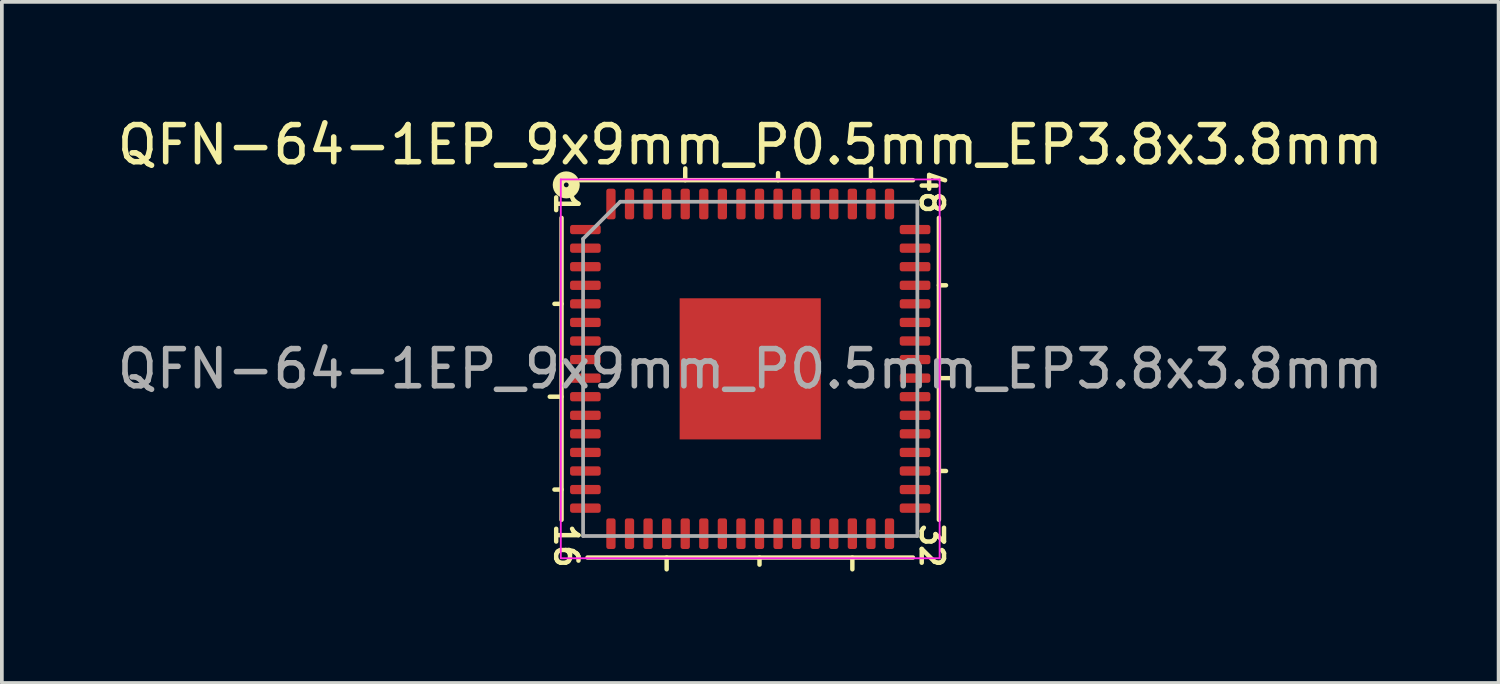
<source format=kicad_pcb>
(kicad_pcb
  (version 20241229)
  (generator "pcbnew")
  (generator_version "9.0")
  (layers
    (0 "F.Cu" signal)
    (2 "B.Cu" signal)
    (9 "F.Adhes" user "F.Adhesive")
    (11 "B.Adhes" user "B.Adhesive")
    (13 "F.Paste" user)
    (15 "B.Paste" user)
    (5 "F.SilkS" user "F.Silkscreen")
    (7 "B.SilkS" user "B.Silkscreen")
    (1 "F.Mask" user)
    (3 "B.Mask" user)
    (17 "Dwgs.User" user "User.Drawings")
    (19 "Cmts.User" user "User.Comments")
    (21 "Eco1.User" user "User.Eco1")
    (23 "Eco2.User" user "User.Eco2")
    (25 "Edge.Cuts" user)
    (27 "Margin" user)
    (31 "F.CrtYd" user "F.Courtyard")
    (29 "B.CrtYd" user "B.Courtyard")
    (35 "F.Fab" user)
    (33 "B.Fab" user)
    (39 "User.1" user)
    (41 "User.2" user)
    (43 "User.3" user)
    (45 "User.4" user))
  (footprint "QFN-64-1EP_9x9mm_P0.5mm_EP3.8x3.8mm"
    (layer "F.Cu")
    (at 17.149 6.881)
    (property "Reference" "QFN-64-1EP_9x9mm_P0.5mm_EP3.8x3.8mm" (at 0 -6.032 0) (layer "F.SilkS") (effects (font (size 1 1) (thickness 0.15))))
    (attr smd)
    (fp_line (start -5.08 -4.064) (end -5.08 4.064) (stroke (width 0.12) (type solid)) (layer "F.SilkS"))
    (fp_line (start -5.08 -1.75) (end -5.271 -1.75) (stroke (width 0.12) (type solid)) (layer "F.SilkS"))
    (fp_line (start -5.08 0.75) (end -5.397 0.75) (stroke (width 0.12) (type solid)) (layer "F.SilkS"))
    (fp_line (start -5.08 3.25) (end -5.271 3.25) (stroke (width 0.12) (type solid)) (layer "F.SilkS"))
    (fp_line (start -4.381 5.08) (end 4.381 5.08) (stroke (width 0.12) (type solid)) (layer "F.SilkS"))
    (fp_line (start -2.25 5.08) (end -2.25 5.397) (stroke (width 0.12) (type solid)) (layer "F.SilkS"))
    (fp_line (start -1.75 -5.08) (end -1.75 -5.397) (stroke (width 0.12) (type solid)) (layer "F.SilkS"))
    (fp_line (start 0.25 5.08) (end 0.25 5.271) (stroke (width 0.12) (type solid)) (layer "F.SilkS"))
    (fp_line (start 0.75 -5.08) (end 0.75 -5.271) (stroke (width 0.12) (type solid)) (layer "F.SilkS"))
    (fp_line (start 2.75 5.08) (end 2.75 5.397) (stroke (width 0.12) (type solid)) (layer "F.SilkS"))
    (fp_line (start 3.25 -5.08) (end 3.25 -5.397) (stroke (width 0.12) (type solid)) (layer "F.SilkS"))
    (fp_line (start 4.381 -5.08) (end -4.572 -5.08) (stroke (width 0.12) (type solid)) (layer "F.SilkS"))
    (fp_line (start 5.08 -2.25) (end 5.271 -2.25) (stroke (width 0.12) (type solid)) (layer "F.SilkS"))
    (fp_line (start 5.08 0.25) (end 5.397 0.25) (stroke (width 0.12) (type solid)) (layer "F.SilkS"))
    (fp_line (start 5.08 2.75) (end 5.271 2.75) (stroke (width 0.12) (type solid)) (layer "F.SilkS"))
    (fp_line (start 5.08 4.064) (end 5.08 -4.064) (stroke (width 0.12) (type solid)) (layer "F.SilkS"))
    (fp_circle (center -4.953 -4.953) (end -4.889 -4.953) (stroke (width 0.3) (type solid)) (fill no) (layer "F.SilkS"))
    (fp_line (start -5.1 -5.1) (end -5.1 5.1) (stroke (width 0.05) (type solid)) (layer "F.CrtYd"))
    (fp_line (start -5.1 5.1) (end 5.1 5.1) (stroke (width 0.05) (type solid)) (layer "F.CrtYd"))
    (fp_line (start 5.1 -5.1) (end -5.1 -5.1) (stroke (width 0.05) (type solid)) (layer "F.CrtYd"))
    (fp_line (start 5.1 5.1) (end 5.1 -5.1) (stroke (width 0.05) (type solid)) (layer "F.CrtYd"))
    (fp_line (start -4.5 -3.5) (end -3.5 -4.5) (stroke (width 0.1) (type solid)) (layer "F.Fab"))
    (fp_line (start -4.5 4.5) (end -4.5 -3.5) (stroke (width 0.1) (type solid)) (layer "F.Fab"))
    (fp_line (start -3.5 -4.5) (end 4.5 -4.5) (stroke (width 0.1) (type solid)) (layer "F.Fab"))
    (fp_line (start 4.5 -4.5) (end 4.5 4.5) (stroke (width 0.1) (type solid)) (layer "F.Fab"))
    (fp_line (start 4.5 4.5) (end -4.5 4.5) (stroke (width 0.1) (type solid)) (layer "F.Fab"))
    (fp_text user "1" (at -4.953 -4.445 270) (unlocked yes) (layer "F.SilkS") (effects (font (size 0.6 0.6) (thickness 0.12))))
    (fp_text user "32" (at 4.889 4.763 270) (unlocked yes) (layer "F.SilkS") (effects (font (size 0.6 0.6) (thickness 0.12))))
    (fp_text user "48" (at 4.889 -4.763 270) (unlocked yes) (layer "F.SilkS") (effects (font (size 0.6 0.6) (thickness 0.12))))
    (fp_text user "16" (at -4.953 4.763 270) (unlocked yes) (layer "F.SilkS") (effects (font (size 0.6 0.6) (thickness 0.12))))
    (fp_text user "${REFERENCE}" (at 0 0 0) (layer "F.Fab") (effects (font (size 1 1) (thickness 0.15))))
    (pad "" smd roundrect (at -1.27 -1.27) (size 1.02 1.02) (layers "F.Paste") (roundrect_rratio 0.245))
    (pad "" smd roundrect (at -1.27 0) (size 1.02 1.02) (layers "F.Paste") (roundrect_rratio 0.245))
    (pad "" smd roundrect (at -1.27 1.27) (size 1.02 1.02) (layers "F.Paste") (roundrect_rratio 0.245))
    (pad "" smd roundrect (at 0 -1.27) (size 1.02 1.02) (layers "F.Paste") (roundrect_rratio 0.245))
    (pad "" smd roundrect (at 0 0) (size 1.02 1.02) (layers "F.Paste") (roundrect_rratio 0.245))
    (pad "" smd roundrect (at 0 1.27) (size 1.02 1.02) (layers "F.Paste") (roundrect_rratio 0.245))
    (pad "" smd roundrect (at 1.27 -1.27) (size 1.02 1.02) (layers "F.Paste") (roundrect_rratio 0.245))
    (pad "" smd roundrect (at 1.27 0) (size 1.02 1.02) (layers "F.Paste") (roundrect_rratio 0.245))
    (pad "" smd roundrect (at 1.27 1.27) (size 1.02 1.02) (layers "F.Paste") (roundrect_rratio 0.245))
    (pad "1" smd roundrect (at -4.438 -3.75) (size 0.825 0.25) (layers "F.Cu" "F.Mask" "F.Paste") (roundrect_rratio 0.25))
    (pad "2" smd roundrect (at -4.438 -3.25) (size 0.825 0.25) (layers "F.Cu" "F.Mask" "F.Paste") (roundrect_rratio 0.25))
    (pad "3" smd roundrect (at -4.438 -2.75) (size 0.825 0.25) (layers "F.Cu" "F.Mask" "F.Paste") (roundrect_rratio 0.25))
    (pad "4" smd roundrect (at -4.438 -2.25) (size 0.825 0.25) (layers "F.Cu" "F.Mask" "F.Paste") (roundrect_rratio 0.25))
    (pad "5" smd roundrect (at -4.438 -1.75) (size 0.825 0.25) (layers "F.Cu" "F.Mask" "F.Paste") (roundrect_rratio 0.25))
    (pad "6" smd roundrect (at -4.438 -1.25) (size 0.825 0.25) (layers "F.Cu" "F.Mask" "F.Paste") (roundrect_rratio 0.25))
    (pad "7" smd roundrect (at -4.438 -0.75) (size 0.825 0.25) (layers "F.Cu" "F.Mask" "F.Paste") (roundrect_rratio 0.25))
    (pad "8" smd roundrect (at -4.438 -0.25) (size 0.825 0.25) (layers "F.Cu" "F.Mask" "F.Paste") (roundrect_rratio 0.25))
    (pad "9" smd roundrect (at -4.438 0.25) (size 0.825 0.25) (layers "F.Cu" "F.Mask" "F.Paste") (roundrect_rratio 0.25))
    (pad "10" smd roundrect (at -4.438 0.75) (size 0.825 0.25) (layers "F.Cu" "F.Mask" "F.Paste") (roundrect_rratio 0.25))
    (pad "11" smd roundrect (at -4.438 1.25) (size 0.825 0.25) (layers "F.Cu" "F.Mask" "F.Paste") (roundrect_rratio 0.25))
    (pad "12" smd roundrect (at -4.438 1.75) (size 0.825 0.25) (layers "F.Cu" "F.Mask" "F.Paste") (roundrect_rratio 0.25))
    (pad "13" smd roundrect (at -4.438 2.25) (size 0.825 0.25) (layers "F.Cu" "F.Mask" "F.Paste") (roundrect_rratio 0.25))
    (pad "14" smd roundrect (at -4.438 2.75) (size 0.825 0.25) (layers "F.Cu" "F.Mask" "F.Paste") (roundrect_rratio 0.25))
    (pad "15" smd roundrect (at -4.438 3.25) (size 0.825 0.25) (layers "F.Cu" "F.Mask" "F.Paste") (roundrect_rratio 0.25))
    (pad "16" smd roundrect (at -4.438 3.75) (size 0.825 0.25) (layers "F.Cu" "F.Mask" "F.Paste") (roundrect_rratio 0.25))
    (pad "17" smd roundrect (at -3.75 4.438) (size 0.25 0.825) (layers "F.Cu" "F.Mask" "F.Paste") (roundrect_rratio 0.25))
    (pad "18" smd roundrect (at -3.25 4.438) (size 0.25 0.825) (layers "F.Cu" "F.Mask" "F.Paste") (roundrect_rratio 0.25))
    (pad "19" smd roundrect (at -2.75 4.438) (size 0.25 0.825) (layers "F.Cu" "F.Mask" "F.Paste") (roundrect_rratio 0.25))
    (pad "20" smd roundrect (at -2.25 4.438) (size 0.25 0.825) (layers "F.Cu" "F.Mask" "F.Paste") (roundrect_rratio 0.25))
    (pad "21" smd roundrect (at -1.75 4.438) (size 0.25 0.825) (layers "F.Cu" "F.Mask" "F.Paste") (roundrect_rratio 0.25))
    (pad "22" smd roundrect (at -1.25 4.438) (size 0.25 0.825) (layers "F.Cu" "F.Mask" "F.Paste") (roundrect_rratio 0.25))
    (pad "23" smd roundrect (at -0.75 4.438) (size 0.25 0.825) (layers "F.Cu" "F.Mask" "F.Paste") (roundrect_rratio 0.25))
    (pad "24" smd roundrect (at -0.25 4.438) (size 0.25 0.825) (layers "F.Cu" "F.Mask" "F.Paste") (roundrect_rratio 0.25))
    (pad "25" smd roundrect (at 0.25 4.438) (size 0.25 0.825) (layers "F.Cu" "F.Mask" "F.Paste") (roundrect_rratio 0.25))
    (pad "26" smd roundrect (at 0.75 4.438) (size 0.25 0.825) (layers "F.Cu" "F.Mask" "F.Paste") (roundrect_rratio 0.25))
    (pad "27" smd roundrect (at 1.25 4.438) (size 0.25 0.825) (layers "F.Cu" "F.Mask" "F.Paste") (roundrect_rratio 0.25))
    (pad "28" smd roundrect (at 1.75 4.438) (size 0.25 0.825) (layers "F.Cu" "F.Mask" "F.Paste") (roundrect_rratio 0.25))
    (pad "29" smd roundrect (at 2.25 4.438) (size 0.25 0.825) (layers "F.Cu" "F.Mask" "F.Paste") (roundrect_rratio 0.25))
    (pad "30" smd roundrect (at 2.75 4.438) (size 0.25 0.825) (layers "F.Cu" "F.Mask" "F.Paste") (roundrect_rratio 0.25))
    (pad "31" smd roundrect (at 3.25 4.438) (size 0.25 0.825) (layers "F.Cu" "F.Mask" "F.Paste") (roundrect_rratio 0.25))
    (pad "32" smd roundrect (at 3.75 4.438) (size 0.25 0.825) (layers "F.Cu" "F.Mask" "F.Paste") (roundrect_rratio 0.25))
    (pad "33" smd roundrect (at 4.438 3.75) (size 0.825 0.25) (layers "F.Cu" "F.Mask" "F.Paste") (roundrect_rratio 0.25))
    (pad "34" smd roundrect (at 4.438 3.25) (size 0.825 0.25) (layers "F.Cu" "F.Mask" "F.Paste") (roundrect_rratio 0.25))
    (pad "35" smd roundrect (at 4.438 2.75) (size 0.825 0.25) (layers "F.Cu" "F.Mask" "F.Paste") (roundrect_rratio 0.25))
    (pad "36" smd roundrect (at 4.438 2.25) (size 0.825 0.25) (layers "F.Cu" "F.Mask" "F.Paste") (roundrect_rratio 0.25))
    (pad "37" smd roundrect (at 4.438 1.75) (size 0.825 0.25) (layers "F.Cu" "F.Mask" "F.Paste") (roundrect_rratio 0.25))
    (pad "38" smd roundrect (at 4.438 1.25) (size 0.825 0.25) (layers "F.Cu" "F.Mask" "F.Paste") (roundrect_rratio 0.25))
    (pad "39" smd roundrect (at 4.438 0.75) (size 0.825 0.25) (layers "F.Cu" "F.Mask" "F.Paste") (roundrect_rratio 0.25))
    (pad "40" smd roundrect (at 4.438 0.25) (size 0.825 0.25) (layers "F.Cu" "F.Mask" "F.Paste") (roundrect_rratio 0.25))
    (pad "41" smd roundrect (at 4.438 -0.25) (size 0.825 0.25) (layers "F.Cu" "F.Mask" "F.Paste") (roundrect_rratio 0.25))
    (pad "42" smd roundrect (at 4.438 -0.75) (size 0.825 0.25) (layers "F.Cu" "F.Mask" "F.Paste") (roundrect_rratio 0.25))
    (pad "43" smd roundrect (at 4.438 -1.25) (size 0.825 0.25) (layers "F.Cu" "F.Mask" "F.Paste") (roundrect_rratio 0.25))
    (pad "44" smd roundrect (at 4.438 -1.75) (size 0.825 0.25) (layers "F.Cu" "F.Mask" "F.Paste") (roundrect_rratio 0.25))
    (pad "45" smd roundrect (at 4.438 -2.25) (size 0.825 0.25) (layers "F.Cu" "F.Mask" "F.Paste") (roundrect_rratio 0.25))
    (pad "46" smd roundrect (at 4.438 -2.75) (size 0.825 0.25) (layers "F.Cu" "F.Mask" "F.Paste") (roundrect_rratio 0.25))
    (pad "47" smd roundrect (at 4.438 -3.25) (size 0.825 0.25) (layers "F.Cu" "F.Mask" "F.Paste") (roundrect_rratio 0.25))
    (pad "48" smd roundrect (at 4.438 -3.75) (size 0.825 0.25) (layers "F.Cu" "F.Mask" "F.Paste") (roundrect_rratio 0.25))
    (pad "49" smd roundrect (at 3.75 -4.438) (size 0.25 0.825) (layers "F.Cu" "F.Mask" "F.Paste") (roundrect_rratio 0.25))
    (pad "50" smd roundrect (at 3.25 -4.438) (size 0.25 0.825) (layers "F.Cu" "F.Mask" "F.Paste") (roundrect_rratio 0.25))
    (pad "51" smd roundrect (at 2.75 -4.438) (size 0.25 0.825) (layers "F.Cu" "F.Mask" "F.Paste") (roundrect_rratio 0.25))
    (pad "52" smd roundrect (at 2.25 -4.438) (size 0.25 0.825) (layers "F.Cu" "F.Mask" "F.Paste") (roundrect_rratio 0.25))
    (pad "53" smd roundrect (at 1.75 -4.438) (size 0.25 0.825) (layers "F.Cu" "F.Mask" "F.Paste") (roundrect_rratio 0.25))
    (pad "54" smd roundrect (at 1.25 -4.438) (size 0.25 0.825) (layers "F.Cu" "F.Mask" "F.Paste") (roundrect_rratio 0.25))
    (pad "55" smd roundrect (at 0.75 -4.438) (size 0.25 0.825) (layers "F.Cu" "F.Mask" "F.Paste") (roundrect_rratio 0.25))
    (pad "56" smd roundrect (at 0.25 -4.438) (size 0.25 0.825) (layers "F.Cu" "F.Mask" "F.Paste") (roundrect_rratio 0.25))
    (pad "57" smd roundrect (at -0.25 -4.438) (size 0.25 0.825) (layers "F.Cu" "F.Mask" "F.Paste") (roundrect_rratio 0.25))
    (pad "58" smd roundrect (at -0.75 -4.438) (size 0.25 0.825) (layers "F.Cu" "F.Mask" "F.Paste") (roundrect_rratio 0.25))
    (pad "59" smd roundrect (at -1.25 -4.438) (size 0.25 0.825) (layers "F.Cu" "F.Mask" "F.Paste") (roundrect_rratio 0.25))
    (pad "60" smd roundrect (at -1.75 -4.438) (size 0.25 0.825) (layers "F.Cu" "F.Mask" "F.Paste") (roundrect_rratio 0.25))
    (pad "61" smd roundrect (at -2.25 -4.438) (size 0.25 0.825) (layers "F.Cu" "F.Mask" "F.Paste") (roundrect_rratio 0.25))
    (pad "62" smd roundrect (at -2.75 -4.438) (size 0.25 0.825) (layers "F.Cu" "F.Mask" "F.Paste") (roundrect_rratio 0.25))
    (pad "63" smd roundrect (at -3.25 -4.438) (size 0.25 0.825) (layers "F.Cu" "F.Mask" "F.Paste") (roundrect_rratio 0.25))
    (pad "64" smd roundrect (at -3.75 -4.438) (size 0.25 0.825) (layers "F.Cu" "F.Mask" "F.Paste") (roundrect_rratio 0.25))
    (pad "65" smd rect (at 0 0) (size 3.8 3.8) (layers "F.Cu" "F.Mask")))
  (gr_rect
    (start -3 -3)
    (end 37.298 15.338)
    (stroke (width 0.1) (type default))
    (fill no)
    (layer "Edge.Cuts")))
</source>
